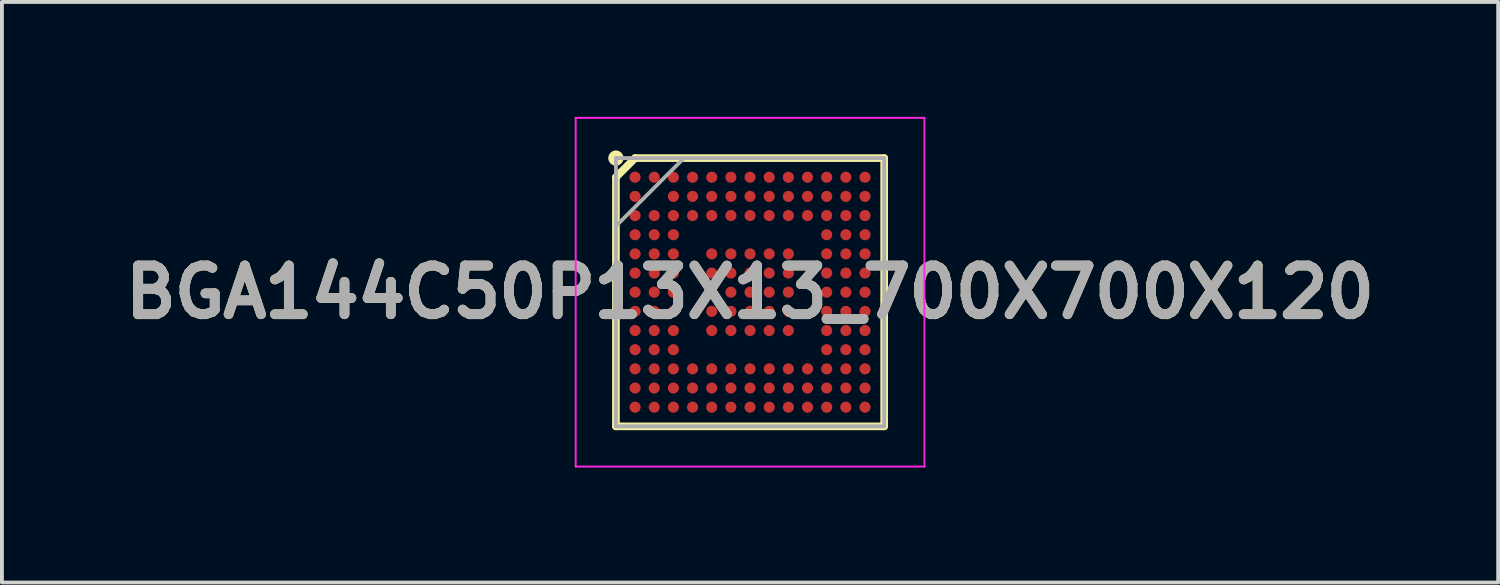
<source format=kicad_pcb>
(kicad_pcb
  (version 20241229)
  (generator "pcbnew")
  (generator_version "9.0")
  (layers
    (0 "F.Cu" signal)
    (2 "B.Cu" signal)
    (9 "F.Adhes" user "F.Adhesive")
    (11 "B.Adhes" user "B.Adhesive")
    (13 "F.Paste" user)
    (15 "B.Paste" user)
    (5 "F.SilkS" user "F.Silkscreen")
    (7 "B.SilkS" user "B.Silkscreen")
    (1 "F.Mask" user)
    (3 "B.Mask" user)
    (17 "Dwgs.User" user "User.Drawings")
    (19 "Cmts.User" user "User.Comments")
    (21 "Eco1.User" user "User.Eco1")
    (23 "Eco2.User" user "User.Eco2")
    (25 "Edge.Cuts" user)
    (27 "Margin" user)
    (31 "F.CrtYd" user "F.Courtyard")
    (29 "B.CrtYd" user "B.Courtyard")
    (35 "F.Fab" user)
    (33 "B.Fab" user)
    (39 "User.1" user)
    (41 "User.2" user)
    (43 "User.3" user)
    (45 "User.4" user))
  (footprint "BGA144C50P13X13_700X700X120"
    (layer "F.Cu")
    (at 16.522 4.575)
    (property "Reference" "BGA144C50P13X13_700X700X120" (at 0 0 0) (layer "F.SilkS") (effects (font (size 1.27 1.27) (thickness 0.254))))
    (attr smd)
    (fp_line (start -3.5 -3) (end -3 -3.5) (stroke (width 0.2) (type solid)) (layer "F.SilkS"))
    (fp_line (start -3.5 3.5) (end -3.5 -3) (stroke (width 0.2) (type solid)) (layer "F.SilkS"))
    (fp_line (start -3 -3.5) (end 3.5 -3.5) (stroke (width 0.2) (type solid)) (layer "F.SilkS"))
    (fp_line (start 3.5 -3.5) (end 3.5 3.5) (stroke (width 0.2) (type solid)) (layer "F.SilkS"))
    (fp_line (start 3.5 3.5) (end -3.5 3.5) (stroke (width 0.2) (type solid)) (layer "F.SilkS"))
    (fp_circle (center -3.5 -3.5) (end -3.5 -3.4) (stroke (width 0.2) (type solid)) (fill no) (layer "F.SilkS"))
    (fp_line (start -4.55 -4.55) (end 4.55 -4.55) (stroke (width 0.05) (type solid)) (layer "F.CrtYd"))
    (fp_line (start -4.55 4.55) (end -4.55 -4.55) (stroke (width 0.05) (type solid)) (layer "F.CrtYd"))
    (fp_line (start 4.55 -4.55) (end 4.55 4.55) (stroke (width 0.05) (type solid)) (layer "F.CrtYd"))
    (fp_line (start 4.55 4.55) (end -4.55 4.55) (stroke (width 0.05) (type solid)) (layer "F.CrtYd"))
    (fp_line (start -3.5 -3.5) (end 3.5 -3.5) (stroke (width 0.1) (type solid)) (layer "F.Fab"))
    (fp_line (start -3.5 -1.725) (end -1.725 -3.5) (stroke (width 0.1) (type solid)) (layer "F.Fab"))
    (fp_line (start -3.5 3.5) (end -3.5 -3.5) (stroke (width 0.1) (type solid)) (layer "F.Fab"))
    (fp_line (start 3.5 -3.5) (end 3.5 3.5) (stroke (width 0.1) (type solid)) (layer "F.Fab"))
    (fp_line (start 3.5 3.5) (end -3.5 3.5) (stroke (width 0.1) (type solid)) (layer "F.Fab"))
    (fp_text user "${REFERENCE}" (at 0 0 0) (layer "F.Fab") (effects (font (size 1.27 1.27) (thickness 0.254))))
    (pad "A1" smd circle (at -3 -3 90) (size 0.29 0.29) (layers "F.Cu" "F.Mask" "F.Paste"))
    (pad "A2" smd circle (at -2.5 -3 90) (size 0.29 0.29) (layers "F.Cu" "F.Mask" "F.Paste"))
    (pad "A3" smd circle (at -2 -3 90) (size 0.29 0.29) (layers "F.Cu" "F.Mask" "F.Paste"))
    (pad "A4" smd circle (at -1.5 -3 90) (size 0.29 0.29) (layers "F.Cu" "F.Mask" "F.Paste"))
    (pad "A5" smd circle (at -1 -3 90) (size 0.29 0.29) (layers "F.Cu" "F.Mask" "F.Paste"))
    (pad "A6" smd circle (at -0.5 -3 90) (size 0.29 0.29) (layers "F.Cu" "F.Mask" "F.Paste"))
    (pad "A7" smd circle (at 0 -3 90) (size 0.29 0.29) (layers "F.Cu" "F.Mask" "F.Paste"))
    (pad "A8" smd circle (at 0.5 -3 90) (size 0.29 0.29) (layers "F.Cu" "F.Mask" "F.Paste"))
    (pad "A9" smd circle (at 1 -3 90) (size 0.29 0.29) (layers "F.Cu" "F.Mask" "F.Paste"))
    (pad "A10" smd circle (at 1.5 -3 90) (size 0.29 0.29) (layers "F.Cu" "F.Mask" "F.Paste"))
    (pad "A11" smd circle (at 2 -3 90) (size 0.29 0.29) (layers "F.Cu" "F.Mask" "F.Paste"))
    (pad "A12" smd circle (at 2.5 -3 90) (size 0.29 0.29) (layers "F.Cu" "F.Mask" "F.Paste"))
    (pad "A13" smd circle (at 3 -3 90) (size 0.29 0.29) (layers "F.Cu" "F.Mask" "F.Paste"))
    (pad "B1" smd circle (at -3 -2.5 90) (size 0.29 0.29) (layers "F.Cu" "F.Mask" "F.Paste"))
    (pad "B3" smd circle (at -2 -2.5 90) (size 0.29 0.29) (layers "F.Cu" "F.Mask" "F.Paste"))
    (pad "B4" smd circle (at -1.5 -2.5 90) (size 0.29 0.29) (layers "F.Cu" "F.Mask" "F.Paste"))
    (pad "B5" smd circle (at -1 -2.5 90) (size 0.29 0.29) (layers "F.Cu" "F.Mask" "F.Paste"))
    (pad "B6" smd circle (at -0.5 -2.5 90) (size 0.29 0.29) (layers "F.Cu" "F.Mask" "F.Paste"))
    (pad "B7" smd circle (at 0 -2.5 90) (size 0.29 0.29) (layers "F.Cu" "F.Mask" "F.Paste"))
    (pad "B8" smd circle (at 0.5 -2.5 90) (size 0.29 0.29) (layers "F.Cu" "F.Mask" "F.Paste"))
    (pad "B9" smd circle (at 1 -2.5 90) (size 0.29 0.29) (layers "F.Cu" "F.Mask" "F.Paste"))
    (pad "B10" smd circle (at 1.5 -2.5 90) (size 0.29 0.29) (layers "F.Cu" "F.Mask" "F.Paste"))
    (pad "B11" smd circle (at 2 -2.5 90) (size 0.29 0.29) (layers "F.Cu" "F.Mask" "F.Paste"))
    (pad "B12" smd circle (at 2.5 -2.5 90) (size 0.29 0.29) (layers "F.Cu" "F.Mask" "F.Paste"))
    (pad "B13" smd circle (at 3 -2.5 90) (size 0.29 0.29) (layers "F.Cu" "F.Mask" "F.Paste"))
    (pad "C1" smd circle (at -3 -2 90) (size 0.29 0.29) (layers "F.Cu" "F.Mask" "F.Paste"))
    (pad "C2" smd circle (at -2.5 -2 90) (size 0.29 0.29) (layers "F.Cu" "F.Mask" "F.Paste"))
    (pad "C3" smd circle (at -2 -2 90) (size 0.29 0.29) (layers "F.Cu" "F.Mask" "F.Paste"))
    (pad "C4" smd circle (at -1.5 -2 90) (size 0.29 0.29) (layers "F.Cu" "F.Mask" "F.Paste"))
    (pad "C5" smd circle (at -1 -2 90) (size 0.29 0.29) (layers "F.Cu" "F.Mask" "F.Paste"))
    (pad "C6" smd circle (at -0.5 -2 90) (size 0.29 0.29) (layers "F.Cu" "F.Mask" "F.Paste"))
    (pad "C7" smd circle (at 0 -2 90) (size 0.29 0.29) (layers "F.Cu" "F.Mask" "F.Paste"))
    (pad "C8" smd circle (at 0.5 -2 90) (size 0.29 0.29) (layers "F.Cu" "F.Mask" "F.Paste"))
    (pad "C9" smd circle (at 1 -2 90) (size 0.29 0.29) (layers "F.Cu" "F.Mask" "F.Paste"))
    (pad "C10" smd circle (at 1.5 -2 90) (size 0.29 0.29) (layers "F.Cu" "F.Mask" "F.Paste"))
    (pad "C11" smd circle (at 2 -2 90) (size 0.29 0.29) (layers "F.Cu" "F.Mask" "F.Paste"))
    (pad "C12" smd circle (at 2.5 -2 90) (size 0.29 0.29) (layers "F.Cu" "F.Mask" "F.Paste"))
    (pad "C13" smd circle (at 3 -2 90) (size 0.29 0.29) (layers "F.Cu" "F.Mask" "F.Paste"))
    (pad "D1" smd circle (at -3 -1.5 90) (size 0.29 0.29) (layers "F.Cu" "F.Mask" "F.Paste"))
    (pad "D2" smd circle (at -2.5 -1.5 90) (size 0.29 0.29) (layers "F.Cu" "F.Mask" "F.Paste"))
    (pad "D3" smd circle (at -2 -1.5 90) (size 0.29 0.29) (layers "F.Cu" "F.Mask" "F.Paste"))
    (pad "D11" smd circle (at 2 -1.5 90) (size 0.29 0.29) (layers "F.Cu" "F.Mask" "F.Paste"))
    (pad "D12" smd circle (at 2.5 -1.5 90) (size 0.29 0.29) (layers "F.Cu" "F.Mask" "F.Paste"))
    (pad "D13" smd circle (at 3 -1.5 90) (size 0.29 0.29) (layers "F.Cu" "F.Mask" "F.Paste"))
    (pad "E1" smd circle (at -3 -1 90) (size 0.29 0.29) (layers "F.Cu" "F.Mask" "F.Paste"))
    (pad "E2" smd circle (at -2.5 -1 90) (size 0.29 0.29) (layers "F.Cu" "F.Mask" "F.Paste"))
    (pad "E3" smd circle (at -2 -1 90) (size 0.29 0.29) (layers "F.Cu" "F.Mask" "F.Paste"))
    (pad "E5" smd circle (at -1 -1 90) (size 0.29 0.29) (layers "F.Cu" "F.Mask" "F.Paste"))
    (pad "E6" smd circle (at -0.5 -1 90) (size 0.29 0.29) (layers "F.Cu" "F.Mask" "F.Paste"))
    (pad "E7" smd circle (at 0 -1 90) (size 0.29 0.29) (layers "F.Cu" "F.Mask" "F.Paste"))
    (pad "E8" smd circle (at 0.5 -1 90) (size 0.29 0.29) (layers "F.Cu" "F.Mask" "F.Paste"))
    (pad "E9" smd circle (at 1 -1 90) (size 0.29 0.29) (layers "F.Cu" "F.Mask" "F.Paste"))
    (pad "E11" smd circle (at 2 -1 90) (size 0.29 0.29) (layers "F.Cu" "F.Mask" "F.Paste"))
    (pad "E12" smd circle (at 2.5 -1 90) (size 0.29 0.29) (layers "F.Cu" "F.Mask" "F.Paste"))
    (pad "E13" smd circle (at 3 -1 90) (size 0.29 0.29) (layers "F.Cu" "F.Mask" "F.Paste"))
    (pad "F1" smd circle (at -3 -0.5 90) (size 0.29 0.29) (layers "F.Cu" "F.Mask" "F.Paste"))
    (pad "F2" smd circle (at -2.5 -0.5 90) (size 0.29 0.29) (layers "F.Cu" "F.Mask" "F.Paste"))
    (pad "F3" smd circle (at -2 -0.5 90) (size 0.29 0.29) (layers "F.Cu" "F.Mask" "F.Paste"))
    (pad "F5" smd circle (at -1 -0.5 90) (size 0.29 0.29) (layers "F.Cu" "F.Mask" "F.Paste"))
    (pad "F6" smd circle (at -0.5 -0.5 90) (size 0.29 0.29) (layers "F.Cu" "F.Mask" "F.Paste"))
    (pad "F7" smd circle (at 0 -0.5 90) (size 0.29 0.29) (layers "F.Cu" "F.Mask" "F.Paste"))
    (pad "F8" smd circle (at 0.5 -0.5 90) (size 0.29 0.29) (layers "F.Cu" "F.Mask" "F.Paste"))
    (pad "F9" smd circle (at 1 -0.5 90) (size 0.29 0.29) (layers "F.Cu" "F.Mask" "F.Paste"))
    (pad "F11" smd circle (at 2 -0.5 90) (size 0.29 0.29) (layers "F.Cu" "F.Mask" "F.Paste"))
    (pad "F12" smd circle (at 2.5 -0.5 90) (size 0.29 0.29) (layers "F.Cu" "F.Mask" "F.Paste"))
    (pad "F13" smd circle (at 3 -0.5 90) (size 0.29 0.29) (layers "F.Cu" "F.Mask" "F.Paste"))
    (pad "G1" smd circle (at -3 0 90) (size 0.29 0.29) (layers "F.Cu" "F.Mask" "F.Paste"))
    (pad "G2" smd circle (at -2.5 0 90) (size 0.29 0.29) (layers "F.Cu" "F.Mask" "F.Paste"))
    (pad "G3" smd circle (at -2 0 90) (size 0.29 0.29) (layers "F.Cu" "F.Mask" "F.Paste"))
    (pad "G5" smd circle (at -1 0 90) (size 0.29 0.29) (layers "F.Cu" "F.Mask" "F.Paste"))
    (pad "G6" smd circle (at -0.5 0 90) (size 0.29 0.29) (layers "F.Cu" "F.Mask" "F.Paste"))
    (pad "G7" smd circle (at 0 0 90) (size 0.29 0.29) (layers "F.Cu" "F.Mask" "F.Paste"))
    (pad "G8" smd circle (at 0.5 0 90) (size 0.29 0.29) (layers "F.Cu" "F.Mask" "F.Paste"))
    (pad "G9" smd circle (at 1 0 90) (size 0.29 0.29) (layers "F.Cu" "F.Mask" "F.Paste"))
    (pad "G11" smd circle (at 2 0 90) (size 0.29 0.29) (layers "F.Cu" "F.Mask" "F.Paste"))
    (pad "G12" smd circle (at 2.5 0 90) (size 0.29 0.29) (layers "F.Cu" "F.Mask" "F.Paste"))
    (pad "G13" smd circle (at 3 0 90) (size 0.29 0.29) (layers "F.Cu" "F.Mask" "F.Paste"))
    (pad "H1" smd circle (at -3 0.5 90) (size 0.29 0.29) (layers "F.Cu" "F.Mask" "F.Paste"))
    (pad "H2" smd circle (at -2.5 0.5 90) (size 0.29 0.29) (layers "F.Cu" "F.Mask" "F.Paste"))
    (pad "H3" smd circle (at -2 0.5 90) (size 0.29 0.29) (layers "F.Cu" "F.Mask" "F.Paste"))
    (pad "H5" smd circle (at -1 0.5 90) (size 0.29 0.29) (layers "F.Cu" "F.Mask" "F.Paste"))
    (pad "H6" smd circle (at -0.5 0.5 90) (size 0.29 0.29) (layers "F.Cu" "F.Mask" "F.Paste"))
    (pad "H7" smd circle (at 0 0.5 90) (size 0.29 0.29) (layers "F.Cu" "F.Mask" "F.Paste"))
    (pad "H8" smd circle (at 0.5 0.5 90) (size 0.29 0.29) (layers "F.Cu" "F.Mask" "F.Paste"))
    (pad "H9" smd circle (at 1 0.5 90) (size 0.29 0.29) (layers "F.Cu" "F.Mask" "F.Paste"))
    (pad "H11" smd circle (at 2 0.5 90) (size 0.29 0.29) (layers "F.Cu" "F.Mask" "F.Paste"))
    (pad "H12" smd circle (at 2.5 0.5 90) (size 0.29 0.29) (layers "F.Cu" "F.Mask" "F.Paste"))
    (pad "H13" smd circle (at 3 0.5 90) (size 0.29 0.29) (layers "F.Cu" "F.Mask" "F.Paste"))
    (pad "J1" smd circle (at -3 1 90) (size 0.29 0.29) (layers "F.Cu" "F.Mask" "F.Paste"))
    (pad "J2" smd circle (at -2.5 1 90) (size 0.29 0.29) (layers "F.Cu" "F.Mask" "F.Paste"))
    (pad "J3" smd circle (at -2 1 90) (size 0.29 0.29) (layers "F.Cu" "F.Mask" "F.Paste"))
    (pad "J5" smd circle (at -1 1 90) (size 0.29 0.29) (layers "F.Cu" "F.Mask" "F.Paste"))
    (pad "J6" smd circle (at -0.5 1 90) (size 0.29 0.29) (layers "F.Cu" "F.Mask" "F.Paste"))
    (pad "J7" smd circle (at 0 1 90) (size 0.29 0.29) (layers "F.Cu" "F.Mask" "F.Paste"))
    (pad "J8" smd circle (at 0.5 1 90) (size 0.29 0.29) (layers "F.Cu" "F.Mask" "F.Paste"))
    (pad "J9" smd circle (at 1 1 90) (size 0.29 0.29) (layers "F.Cu" "F.Mask" "F.Paste"))
    (pad "J11" smd circle (at 2 1 90) (size 0.29 0.29) (layers "F.Cu" "F.Mask" "F.Paste"))
    (pad "J12" smd circle (at 2.5 1 90) (size 0.29 0.29) (layers "F.Cu" "F.Mask" "F.Paste"))
    (pad "J13" smd circle (at 3 1 90) (size 0.29 0.29) (layers "F.Cu" "F.Mask" "F.Paste"))
    (pad "K1" smd circle (at -3 1.5 90) (size 0.29 0.29) (layers "F.Cu" "F.Mask" "F.Paste"))
    (pad "K2" smd circle (at -2.5 1.5 90) (size 0.29 0.29) (layers "F.Cu" "F.Mask" "F.Paste"))
    (pad "K3" smd circle (at -2 1.5 90) (size 0.29 0.29) (layers "F.Cu" "F.Mask" "F.Paste"))
    (pad "K11" smd circle (at 2 1.5 90) (size 0.29 0.29) (layers "F.Cu" "F.Mask" "F.Paste"))
    (pad "K12" smd circle (at 2.5 1.5 90) (size 0.29 0.29) (layers "F.Cu" "F.Mask" "F.Paste"))
    (pad "K13" smd circle (at 3 1.5 90) (size 0.29 0.29) (layers "F.Cu" "F.Mask" "F.Paste"))
    (pad "L1" smd circle (at -3 2 90) (size 0.29 0.29) (layers "F.Cu" "F.Mask" "F.Paste"))
    (pad "L2" smd circle (at -2.5 2 90) (size 0.29 0.29) (layers "F.Cu" "F.Mask" "F.Paste"))
    (pad "L3" smd circle (at -2 2 90) (size 0.29 0.29) (layers "F.Cu" "F.Mask" "F.Paste"))
    (pad "L4" smd circle (at -1.5 2 90) (size 0.29 0.29) (layers "F.Cu" "F.Mask" "F.Paste"))
    (pad "L5" smd circle (at -1 2 90) (size 0.29 0.29) (layers "F.Cu" "F.Mask" "F.Paste"))
    (pad "L6" smd circle (at -0.5 2 90) (size 0.29 0.29) (layers "F.Cu" "F.Mask" "F.Paste"))
    (pad "L7" smd circle (at 0 2 90) (size 0.29 0.29) (layers "F.Cu" "F.Mask" "F.Paste"))
    (pad "L8" smd circle (at 0.5 2 90) (size 0.29 0.29) (layers "F.Cu" "F.Mask" "F.Paste"))
    (pad "L9" smd circle (at 1 2 90) (size 0.29 0.29) (layers "F.Cu" "F.Mask" "F.Paste"))
    (pad "L10" smd circle (at 1.5 2 90) (size 0.29 0.29) (layers "F.Cu" "F.Mask" "F.Paste"))
    (pad "L11" smd circle (at 2 2 90) (size 0.29 0.29) (layers "F.Cu" "F.Mask" "F.Paste"))
    (pad "L12" smd circle (at 2.5 2 90) (size 0.29 0.29) (layers "F.Cu" "F.Mask" "F.Paste"))
    (pad "L13" smd circle (at 3 2 90) (size 0.29 0.29) (layers "F.Cu" "F.Mask" "F.Paste"))
    (pad "M1" smd circle (at -3 2.5 90) (size 0.29 0.29) (layers "F.Cu" "F.Mask" "F.Paste"))
    (pad "M2" smd circle (at -2.5 2.5 90) (size 0.29 0.29) (layers "F.Cu" "F.Mask" "F.Paste"))
    (pad "M3" smd circle (at -2 2.5 90) (size 0.29 0.29) (layers "F.Cu" "F.Mask" "F.Paste"))
    (pad "M4" smd circle (at -1.5 2.5 90) (size 0.29 0.29) (layers "F.Cu" "F.Mask" "F.Paste"))
    (pad "M5" smd circle (at -1 2.5 90) (size 0.29 0.29) (layers "F.Cu" "F.Mask" "F.Paste"))
    (pad "M6" smd circle (at -0.5 2.5 90) (size 0.29 0.29) (layers "F.Cu" "F.Mask" "F.Paste"))
    (pad "M7" smd circle (at 0 2.5 90) (size 0.29 0.29) (layers "F.Cu" "F.Mask" "F.Paste"))
    (pad "M8" smd circle (at 0.5 2.5 90) (size 0.29 0.29) (layers "F.Cu" "F.Mask" "F.Paste"))
    (pad "M9" smd circle (at 1 2.5 90) (size 0.29 0.29) (layers "F.Cu" "F.Mask" "F.Paste"))
    (pad "M10" smd circle (at 1.5 2.5 90) (size 0.29 0.29) (layers "F.Cu" "F.Mask" "F.Paste"))
    (pad "M11" smd circle (at 2 2.5 90) (size 0.29 0.29) (layers "F.Cu" "F.Mask" "F.Paste"))
    (pad "M12" smd circle (at 2.5 2.5 90) (size 0.29 0.29) (layers "F.Cu" "F.Mask" "F.Paste"))
    (pad "M13" smd circle (at 3 2.5 90) (size 0.29 0.29) (layers "F.Cu" "F.Mask" "F.Paste"))
    (pad "N1" smd circle (at -3 3 90) (size 0.29 0.29) (layers "F.Cu" "F.Mask" "F.Paste"))
    (pad "N2" smd circle (at -2.5 3 90) (size 0.29 0.29) (layers "F.Cu" "F.Mask" "F.Paste"))
    (pad "N3" smd circle (at -2 3 90) (size 0.29 0.29) (layers "F.Cu" "F.Mask" "F.Paste"))
    (pad "N4" smd circle (at -1.5 3 90) (size 0.29 0.29) (layers "F.Cu" "F.Mask" "F.Paste"))
    (pad "N5" smd circle (at -1 3 90) (size 0.29 0.29) (layers "F.Cu" "F.Mask" "F.Paste"))
    (pad "N6" smd circle (at -0.5 3 90) (size 0.29 0.29) (layers "F.Cu" "F.Mask" "F.Paste"))
    (pad "N7" smd circle (at 0 3 90) (size 0.29 0.29) (layers "F.Cu" "F.Mask" "F.Paste"))
    (pad "N8" smd circle (at 0.5 3 90) (size 0.29 0.29) (layers "F.Cu" "F.Mask" "F.Paste"))
    (pad "N9" smd circle (at 1 3 90) (size 0.29 0.29) (layers "F.Cu" "F.Mask" "F.Paste"))
    (pad "N10" smd circle (at 1.5 3 90) (size 0.29 0.29) (layers "F.Cu" "F.Mask" "F.Paste"))
    (pad "N11" smd circle (at 2 3 90) (size 0.29 0.29) (layers "F.Cu" "F.Mask" "F.Paste"))
    (pad "N12" smd circle (at 2.5 3 90) (size 0.29 0.29) (layers "F.Cu" "F.Mask" "F.Paste"))
    (pad "N13" smd circle (at 3 3 90) (size 0.29 0.29) (layers "F.Cu" "F.Mask" "F.Paste")))
  (gr_rect
    (start -3 -3)
    (end 36.044 12.15)
    (stroke (width 0.1) (type default))
    (fill no)
    (layer "Edge.Cuts")))
</source>
